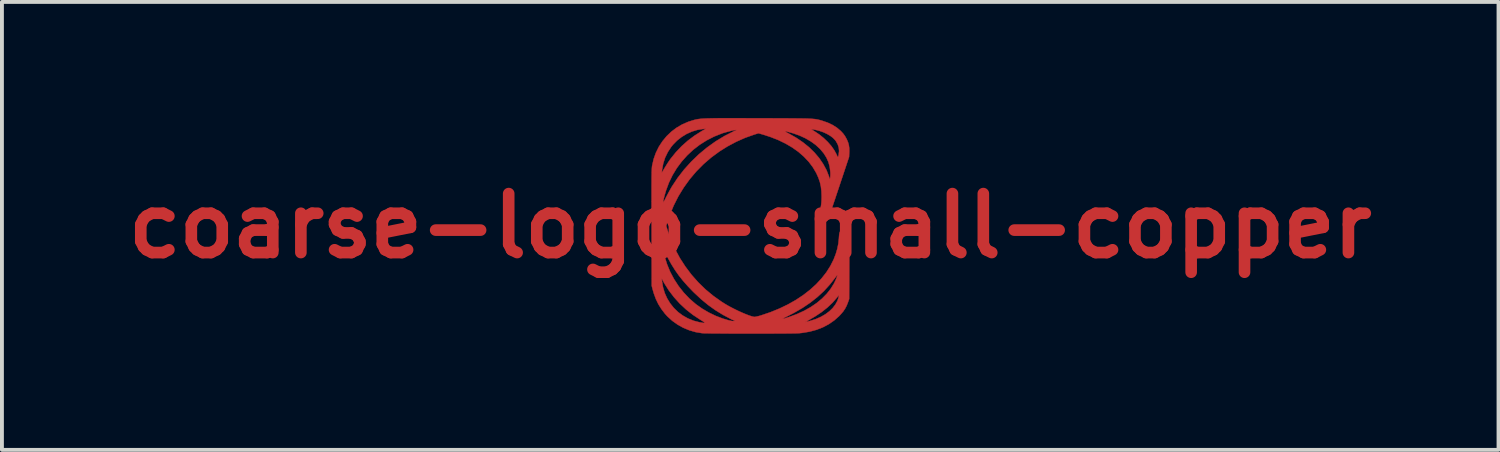
<source format=kicad_pcb>
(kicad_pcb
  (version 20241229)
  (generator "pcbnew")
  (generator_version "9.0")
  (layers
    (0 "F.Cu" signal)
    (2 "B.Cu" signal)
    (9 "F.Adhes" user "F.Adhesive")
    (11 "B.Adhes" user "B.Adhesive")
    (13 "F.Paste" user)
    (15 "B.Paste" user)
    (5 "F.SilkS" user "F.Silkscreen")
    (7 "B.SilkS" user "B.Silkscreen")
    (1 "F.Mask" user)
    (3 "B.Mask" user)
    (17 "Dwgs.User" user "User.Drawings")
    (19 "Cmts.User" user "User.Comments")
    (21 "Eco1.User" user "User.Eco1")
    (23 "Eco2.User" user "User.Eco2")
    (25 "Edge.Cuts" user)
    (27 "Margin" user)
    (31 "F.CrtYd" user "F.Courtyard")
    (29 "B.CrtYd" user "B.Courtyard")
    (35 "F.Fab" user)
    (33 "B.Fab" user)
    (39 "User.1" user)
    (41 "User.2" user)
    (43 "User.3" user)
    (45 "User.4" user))
  (footprint "coarse-logo-small-copper"
    (layer "F.Cu")
    (at 16.336 2.787)
    (property "Reference" "coarse-logo-small-copper" (at 0 0 0) (layer "F.Cu") (effects (font (size 1.524 1.524) (thickness 0.3))))
    (attr through_hole)
    (fp_poly (pts (xy -0.304 -2.782) (xy -0.131 -2.782) (xy 0.061 -2.781) (xy 0.228 -2.781) (xy 0.429 -2.781) (xy 0.611 -2.78) (xy 0.774 -2.779) (xy 0.92 -2.779) (xy 1.049 -2.778) (xy 1.163 -2.777) (xy 1.263 -2.776) (xy 1.35 -2.775) (xy 1.426 -2.774) (xy 1.491 -2.772) (xy 1.547 -2.769) (xy 1.595 -2.767) (xy 1.637 -2.763) (xy 1.673 -2.76) (xy 1.704 -2.755) (xy 1.733 -2.75) (xy 1.759 -2.744) (xy 1.785 -2.738) (xy 1.811 -2.731) (xy 1.839 -2.723) (xy 1.868 -2.714) (xy 2.006 -2.666) (xy 2.133 -2.605) (xy 2.245 -2.533) (xy 2.341 -2.451) (xy 2.342 -2.45) (xy 2.402 -2.385) (xy 2.448 -2.322) (xy 2.487 -2.252) (xy 2.498 -2.23) (xy 2.529 -2.156) (xy 2.548 -2.087) (xy 2.558 -2.014) (xy 2.56 -1.931) (xy 2.559 -1.905) (xy 2.554 -1.783) (xy 2.282 -0.966) (xy 2.232 -0.818) (xy 2.189 -0.688) (xy 2.151 -0.576) (xy 2.119 -0.48) (xy 2.091 -0.398) (xy 2.068 -0.331) (xy 2.048 -0.275) (xy 2.032 -0.231) (xy 2.018 -0.196) (xy 2.007 -0.17) (xy 1.998 -0.151) (xy 1.99 -0.137) (xy 1.984 -0.128) (xy 1.978 -0.123) (xy 1.932 -0.096) (xy 1.884 -0.089) (xy 1.838 -0.1) (xy 1.798 -0.129) (xy 1.774 -0.164) (xy 1.753 -0.205) (xy 1.777 -0.296) (xy 1.801 -0.387) (xy 1.819 -0.464) (xy 1.831 -0.533) (xy 1.839 -0.6) (xy 1.843 -0.671) (xy 1.845 -0.752) (xy 1.845 -0.762) (xy 1.84 -0.897) (xy 1.826 -1.019) (xy 1.8 -1.133) (xy 1.761 -1.245) (xy 1.709 -1.361) (xy 1.705 -1.369) (xy 1.617 -1.518) (xy 1.511 -1.658) (xy 1.386 -1.79) (xy 1.245 -1.913) (xy 1.086 -2.026) (xy 0.912 -2.128) (xy 0.723 -2.22) (xy 0.52 -2.299) (xy 0.345 -2.356) (xy 0.213 -2.394) (xy 0.104 -2.36) (xy -0.131 -2.277) (xy -0.363 -2.174) (xy -0.59 -2.053) (xy -0.794 -1.925) (xy -1.008 -1.768) (xy -1.208 -1.595) (xy -1.393 -1.408) (xy -1.564 -1.206) (xy -1.718 -0.992) (xy -1.856 -0.767) (xy -1.976 -0.53) (xy -2.078 -0.284) (xy -2.132 -0.125) (xy -2.171 -0.001) (xy -2.138 0.108) (xy -2.05 0.358) (xy -1.943 0.6) (xy -1.818 0.832) (xy -1.675 1.053) (xy -1.517 1.263) (xy -1.342 1.46) (xy -1.154 1.643) (xy -0.951 1.811) (xy -0.736 1.963) (xy -0.622 2.034) (xy -0.545 2.078) (xy -0.461 2.122) (xy -0.374 2.166) (xy -0.286 2.208) (xy -0.199 2.247) (xy -0.117 2.281) (xy -0.043 2.31) (xy 0.022 2.332) (xy 0.074 2.347) (xy 0.11 2.352) (xy 0.111 2.352) (xy 0.138 2.349) (xy 0.179 2.34) (xy 0.229 2.328) (xy 0.28 2.313) (xy 0.525 2.23) (xy 0.757 2.135) (xy 0.975 2.03) (xy 1.18 1.914) (xy 1.37 1.788) (xy 1.544 1.653) (xy 1.702 1.51) (xy 1.843 1.358) (xy 1.967 1.2) (xy 2.072 1.034) (xy 2.158 0.863) (xy 2.212 0.721) (xy 2.251 0.589) (xy 2.277 0.458) (xy 2.292 0.32) (xy 2.293 0.294) (xy 2.299 0.228) (xy 2.308 0.18) (xy 2.321 0.145) (xy 2.342 0.12) (xy 2.37 0.101) (xy 2.372 0.1) (xy 2.42 0.086) (xy 2.468 0.092) (xy 2.512 0.118) (xy 2.527 0.132) (xy 2.562 0.17) (xy 2.556 1.889) (xy 2.526 1.974) (xy 2.492 2.06) (xy 2.452 2.137) (xy 2.404 2.209) (xy 2.342 2.282) (xy 2.297 2.33) (xy 2.171 2.442) (xy 2.031 2.539) (xy 1.878 2.62) (xy 1.711 2.685) (xy 1.533 2.733) (xy 1.342 2.765) (xy 1.263 2.773) (xy 1.234 2.774) (xy 1.186 2.776) (xy 1.121 2.777) (xy 1.04 2.778) (xy 0.945 2.779) (xy 0.837 2.78) (xy 0.72 2.78) (xy 0.593 2.781) (xy 0.459 2.781) (xy 0.32 2.782) (xy 0.177 2.782) (xy 0.032 2.782) (xy -0.113 2.782) (xy -0.257 2.781) (xy -0.397 2.781) (xy -0.533 2.781) (xy -0.662 2.78) (xy -0.782 2.779) (xy -0.893 2.778) (xy -0.992 2.778) (xy -1.077 2.776) (xy -1.147 2.775) (xy -1.2 2.774) (xy -1.234 2.772) (xy -1.244 2.772) (xy -1.411 2.744) (xy -1.574 2.697) (xy -1.731 2.632) (xy -1.878 2.55) (xy -2.015 2.452) (xy -2.139 2.339) (xy -2.203 2.269) (xy -2.296 2.147) (xy -2.373 2.024) (xy -2.437 1.892) (xy -2.49 1.748) (xy -2.517 1.656) (xy -2.545 1.55) (xy -2.545 1.36) (xy -2.287 1.36) (xy -2.28 1.429) (xy -2.254 1.585) (xy -2.21 1.734) (xy -2.147 1.874) (xy -2.068 2.003) (xy -1.974 2.121) (xy -1.866 2.226) (xy -1.744 2.316) (xy -1.611 2.391) (xy -1.467 2.45) (xy -1.314 2.49) (xy -1.299 2.492) (xy -1.24 2.503) (xy -1.2 2.508) (xy -1.179 2.507) (xy -1.176 2.5) (xy -1.193 2.485) (xy -1.198 2.482) (xy 1.418 2.482) (xy 1.423 2.487) (xy 1.429 2.482) (xy 1.423 2.477) (xy 1.418 2.482) (xy -1.198 2.482) (xy -1.207 2.476) (xy 1.449 2.476) (xy 1.45 2.476) (xy 1.467 2.474) (xy 1.498 2.467) (xy 1.539 2.457) (xy 1.562 2.451) (xy 1.7 2.406) (xy 1.827 2.35) (xy 1.943 2.283) (xy 2.045 2.207) (xy 2.131 2.123) (xy 2.201 2.032) (xy 2.253 1.936) (xy 2.28 1.857) (xy 2.288 1.824) (xy 2.293 1.801) (xy 2.293 1.792) (xy 2.286 1.799) (xy 2.269 1.818) (xy 2.246 1.846) (xy 2.243 1.85) (xy 2.129 1.981) (xy 1.996 2.107) (xy 1.846 2.226) (xy 1.68 2.337) (xy 1.558 2.408) (xy 1.514 2.433) (xy 1.479 2.454) (xy 1.457 2.469) (xy 1.449 2.476) (xy -1.207 2.476) (xy -1.228 2.462) (xy -1.281 2.43) (xy -1.292 2.423) (xy -1.479 2.3) (xy -1.656 2.161) (xy -1.82 2.008) (xy -1.97 1.842) (xy -2.105 1.665) (xy -2.221 1.481) (xy -2.24 1.446) (xy -2.287 1.36) (xy -2.545 1.36) (xy -2.547 0.625) (xy -2.249 0.625) (xy -2.244 0.657) (xy -2.232 0.709) (xy -2.214 0.78) (xy -2.212 0.788) (xy -2.15 0.99) (xy -2.069 1.187) (xy -1.969 1.375) (xy -1.852 1.555) (xy -1.719 1.723) (xy -1.571 1.879) (xy -1.409 2.02) (xy -1.397 2.029) (xy -1.24 2.14) (xy -1.071 2.239) (xy -0.893 2.325) (xy -0.712 2.394) (xy -0.582 2.433) (xy -0.527 2.447) (xy -0.477 2.457) (xy -0.436 2.464) (xy -0.407 2.467) (xy -0.393 2.465) (xy -0.393 2.461) (xy -0.404 2.454) (xy -0.43 2.441) (xy -0.467 2.422) (xy -0.504 2.404) (xy -0.508 2.402) (xy 0.837 2.402) (xy 0.849 2.401) (xy 0.879 2.393) (xy 0.929 2.378) (xy 0.999 2.355) (xy 1.016 2.35) (xy 1.212 2.277) (xy 1.395 2.193) (xy 1.564 2.098) (xy 1.718 1.993) (xy 1.856 1.878) (xy 1.977 1.755) (xy 2.08 1.625) (xy 2.165 1.487) (xy 2.206 1.401) (xy 2.23 1.343) (xy 2.245 1.304) (xy 2.25 1.283) (xy 2.245 1.279) (xy 2.231 1.293) (xy 2.206 1.324) (xy 2.196 1.339) (xy 2.056 1.517) (xy 1.903 1.684) (xy 1.735 1.839) (xy 1.551 1.984) (xy 1.351 2.119) (xy 1.132 2.246) (xy 0.979 2.325) (xy 0.916 2.356) (xy 0.871 2.379) (xy 0.845 2.394) (xy 0.837 2.402) (xy -0.508 2.402) (xy -0.708 2.296) (xy -0.901 2.177) (xy -1.086 2.045) (xy -1.266 1.897) (xy -1.444 1.731) (xy -1.477 1.699) (xy -1.614 1.556) (xy -1.736 1.418) (xy -1.845 1.281) (xy -1.945 1.139) (xy -2.039 0.988) (xy -2.13 0.825) (xy -2.168 0.751) (xy -2.2 0.689) (xy -2.223 0.645) (xy -2.239 0.619) (xy -2.248 0.613) (xy -2.249 0.625) (xy -2.547 0.625) (xy -2.548 0.043) (xy -2.548 -0.17) (xy -2.549 -0.362) (xy -2.549 -0.536) (xy -2.549 -0.622) (xy -2.25 -0.622) (xy -2.248 -0.611) (xy -2.239 -0.619) (xy -2.223 -0.646) (xy -2.199 -0.691) (xy -2.177 -0.736) (xy -2.143 -0.801) (xy -2.106 -0.87) (xy -2.069 -0.937) (xy -2.036 -0.995) (xy -2.027 -1.011) (xy -1.876 -1.24) (xy -1.708 -1.456) (xy -1.524 -1.66) (xy -1.327 -1.85) (xy -1.116 -2.025) (xy -0.894 -2.184) (xy -0.661 -2.325) (xy -0.432 -2.441) (xy 0.899 -2.441) (xy 0.916 -2.429) (xy 0.953 -2.409) (xy 1.002 -2.383) (xy 1.192 -2.275) (xy 1.365 -2.157) (xy 1.522 -2.03) (xy 1.661 -1.894) (xy 1.783 -1.75) (xy 1.886 -1.598) (xy 1.971 -1.441) (xy 2.035 -1.277) (xy 2.039 -1.264) (xy 2.058 -1.203) (xy 2.067 -1.25) (xy 2.07 -1.282) (xy 2.072 -1.327) (xy 2.071 -1.377) (xy 2.07 -1.395) (xy 2.054 -1.526) (xy 2.021 -1.648) (xy 1.97 -1.763) (xy 1.901 -1.873) (xy 1.811 -1.981) (xy 1.797 -1.995) (xy 1.69 -2.094) (xy 1.565 -2.184) (xy 1.426 -2.265) (xy 1.274 -2.335) (xy 1.113 -2.392) (xy 1.023 -2.418) (xy 0.962 -2.433) (xy 0.921 -2.443) (xy 0.9 -2.445) (xy 0.899 -2.441) (xy -0.432 -2.441) (xy -0.429 -2.443) (xy -0.389 -2.461) (xy -0.36 -2.476) (xy -0.343 -2.485) (xy -0.341 -2.487) (xy -0.364 -2.484) (xy -0.402 -2.477) (xy -0.452 -2.466) (xy -0.51 -2.452) (xy -0.571 -2.436) (xy -0.63 -2.42) (xy -0.684 -2.405) (xy -0.728 -2.391) (xy -0.931 -2.31) (xy -1.123 -2.212) (xy -1.305 -2.097) (xy -1.474 -1.967) (xy -1.63 -1.821) (xy -1.772 -1.662) (xy -1.899 -1.491) (xy -2.009 -1.308) (xy -2.102 -1.115) (xy -2.177 -0.912) (xy -2.217 -0.773) (xy -2.234 -0.703) (xy -2.245 -0.653) (xy -2.25 -0.622) (xy -2.549 -0.622) (xy -2.549 -0.691) (xy -2.549 -0.83) (xy -2.549 -0.952) (xy -2.549 -1.06) (xy -2.548 -1.154) (xy -2.548 -1.235) (xy -2.547 -1.305) (xy -2.546 -1.363) (xy -2.546 -1.371) (xy -2.287 -1.371) (xy -2.204 -1.51) (xy -2.168 -1.568) (xy -2.131 -1.627) (xy -2.095 -1.681) (xy -2.064 -1.725) (xy -2.058 -1.733) (xy -1.92 -1.904) (xy -1.772 -2.06) (xy -1.613 -2.201) (xy -1.44 -2.331) (xy -1.249 -2.452) (xy -1.243 -2.455) (xy -1.167 -2.499) (xy 1.572 -2.499) (xy 1.662 -2.444) (xy 1.785 -2.361) (xy 1.9 -2.268) (xy 2.004 -2.168) (xy 2.096 -2.063) (xy 2.171 -1.956) (xy 2.229 -1.85) (xy 2.233 -1.839) (xy 2.248 -1.807) (xy 2.26 -1.785) (xy 2.266 -1.778) (xy 2.271 -1.788) (xy 2.279 -1.812) (xy 2.285 -1.838) (xy 2.296 -1.934) (xy 2.288 -2.023) (xy 2.261 -2.107) (xy 2.214 -2.19) (xy 2.191 -2.22) (xy 2.138 -2.275) (xy 2.068 -2.328) (xy 1.984 -2.377) (xy 1.891 -2.42) (xy 1.792 -2.455) (xy 1.69 -2.481) (xy 1.625 -2.493) (xy 1.572 -2.499) (xy -1.167 -2.499) (xy -1.148 -2.51) (xy -1.222 -2.504) (xy -1.366 -2.481) (xy -1.507 -2.438) (xy -1.643 -2.377) (xy -1.771 -2.299) (xy -1.889 -2.207) (xy -1.994 -2.1) (xy -2.043 -2.04) (xy -2.13 -1.907) (xy -2.199 -1.765) (xy -2.248 -1.613) (xy -2.278 -1.452) (xy -2.28 -1.434) (xy -2.287 -1.371) (xy -2.546 -1.371) (xy -2.545 -1.412) (xy -2.543 -1.453) (xy -2.542 -1.486) (xy -2.54 -1.512) (xy -2.538 -1.533) (xy -2.536 -1.549) (xy -2.535 -1.555) (xy -2.495 -1.728) (xy -2.437 -1.891) (xy -2.361 -2.045) (xy -2.268 -2.187) (xy -2.161 -2.317) (xy -2.039 -2.434) (xy -1.904 -2.536) (xy -1.757 -2.622) (xy -1.598 -2.691) (xy -1.457 -2.735) (xy -1.43 -2.742) (xy -1.403 -2.748) (xy -1.376 -2.754) (xy -1.348 -2.759) (xy -1.316 -2.763) (xy -1.281 -2.767) (xy -1.241 -2.771) (xy -1.194 -2.773) (xy -1.14 -2.776) (xy -1.078 -2.778) (xy -1.006 -2.779) (xy -0.923 -2.781) (xy -0.828 -2.782) (xy -0.72 -2.782) (xy -0.597 -2.782) (xy -0.459 -2.782) (xy -0.304 -2.782)) (stroke (width 0.01) (type solid)) (fill yes) (layer "F.Cu")))
  (gr_rect
    (start -3 -3)
    (end 35.672 8.574)
    (stroke (width 0.1) (type default))
    (fill no)
    (layer "Edge.Cuts")))
</source>
